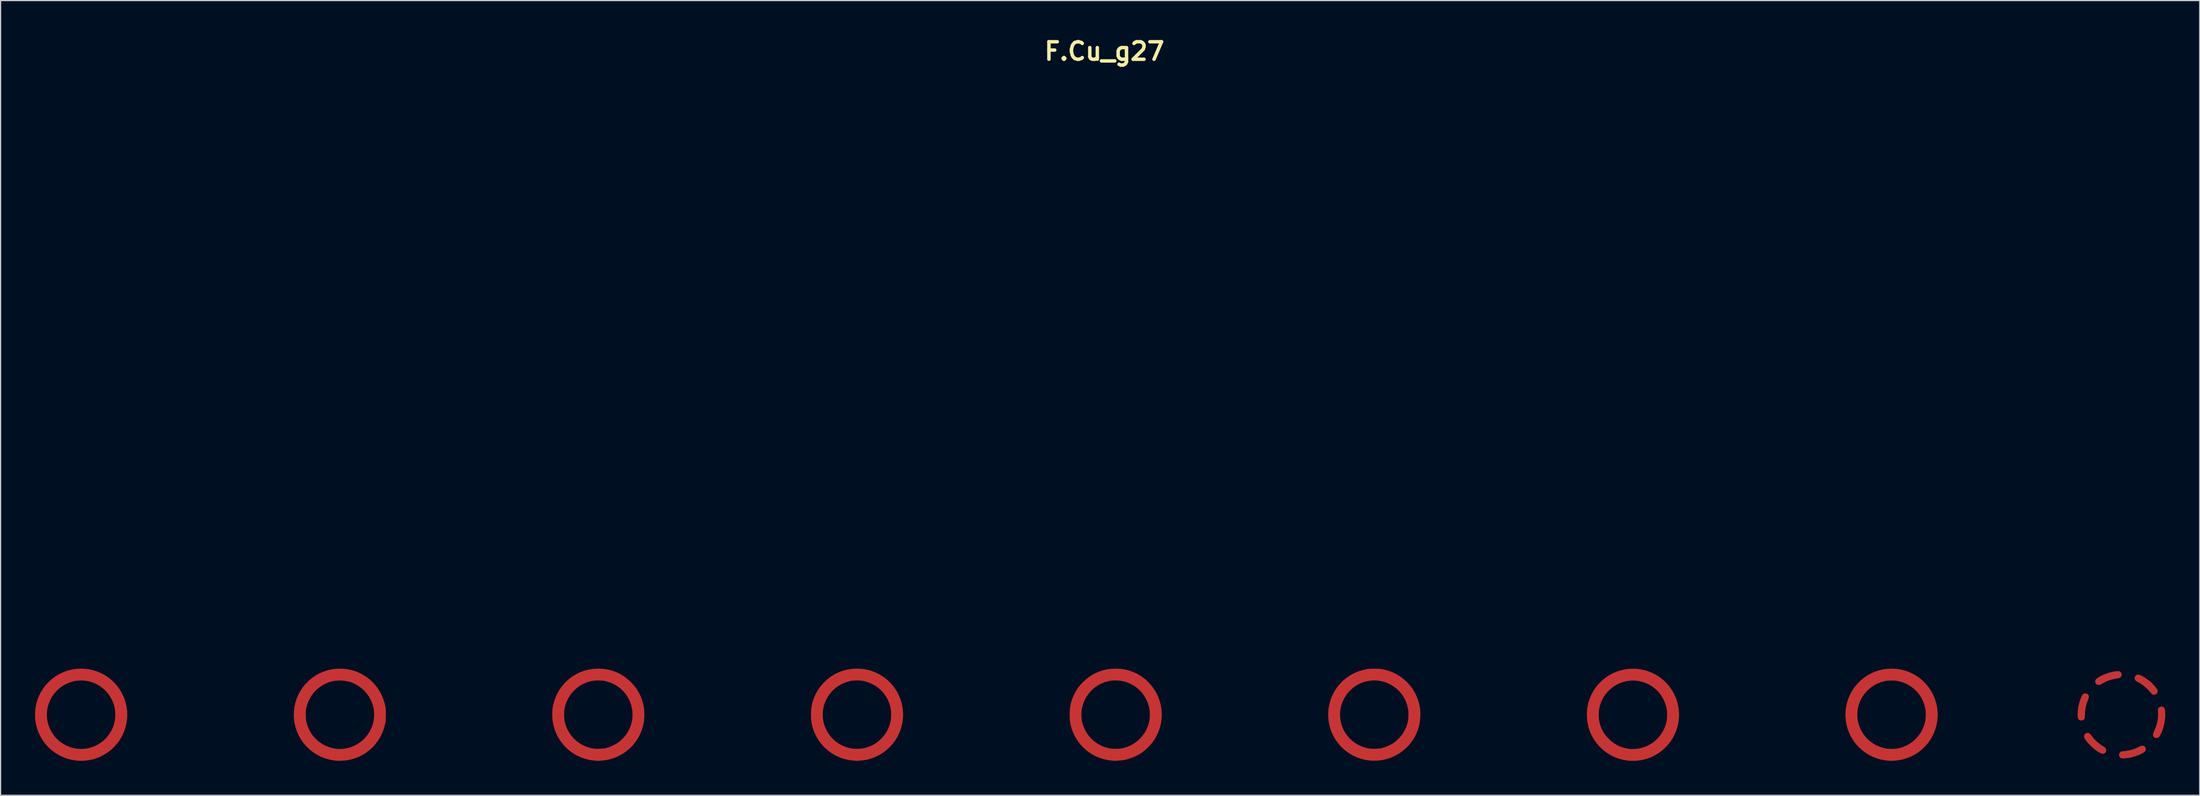
<source format=kicad_pcb>
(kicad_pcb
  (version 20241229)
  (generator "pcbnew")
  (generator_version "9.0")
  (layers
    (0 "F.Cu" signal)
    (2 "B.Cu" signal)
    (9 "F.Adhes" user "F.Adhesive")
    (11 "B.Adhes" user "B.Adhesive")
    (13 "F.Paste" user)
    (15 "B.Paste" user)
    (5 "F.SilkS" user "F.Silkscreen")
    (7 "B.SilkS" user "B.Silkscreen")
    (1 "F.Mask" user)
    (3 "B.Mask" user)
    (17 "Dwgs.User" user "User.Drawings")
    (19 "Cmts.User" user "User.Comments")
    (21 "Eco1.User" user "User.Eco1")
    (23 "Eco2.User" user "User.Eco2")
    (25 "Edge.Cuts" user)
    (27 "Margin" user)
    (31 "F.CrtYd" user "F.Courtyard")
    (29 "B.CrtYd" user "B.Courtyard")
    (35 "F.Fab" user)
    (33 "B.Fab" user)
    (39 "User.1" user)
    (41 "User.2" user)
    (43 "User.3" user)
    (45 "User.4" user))
  (footprint "F.Cu_g27"
    (layer "F.Cu")
    (at 93.027 1.418)
    (property "Reference" "F.Cu_g27" (at 0 0 0) (layer "F.SilkS") (effects (font (size 1.524 1.524) (thickness 0.3))))
    (attr through_hole)
    (fp_poly (pts (xy 85.673 59.364) (xy 85.73 59.407) (xy 85.804 59.488) (xy 85.886 59.597) (xy 86.101 59.866) (xy 86.353 60.116) (xy 86.635 60.343) (xy 86.895 60.514) (xy 87.001 60.583) (xy 87.074 60.643) (xy 87.119 60.703) (xy 87.141 60.769) (xy 87.147 60.844) (xy 87.13 60.959) (xy 87.083 61.049) (xy 87.01 61.111) (xy 86.916 61.143) (xy 86.805 61.143) (xy 86.683 61.109) (xy 86.622 61.08) (xy 86.337 60.905) (xy 86.058 60.693) (xy 85.793 60.45) (xy 85.548 60.182) (xy 85.426 60.029) (xy 85.36 59.938) (xy 85.303 59.851) (xy 85.26 59.778) (xy 85.237 59.728) (xy 85.236 59.725) (xy 85.226 59.615) (xy 85.25 59.516) (xy 85.304 59.433) (xy 85.381 59.372) (xy 85.474 59.337) (xy 85.577 59.335) (xy 85.673 59.364)) (stroke (width 0.01) (type solid)) (fill yes) (layer "F.Cu"))
    (fp_poly (pts (xy 85.447 55.918) (xy 85.541 55.967) (xy 85.606 56.045) (xy 85.609 56.05) (xy 85.636 56.122) (xy 85.642 56.201) (xy 85.627 56.293) (xy 85.588 56.409) (xy 85.557 56.485) (xy 85.458 56.741) (xy 85.385 56.991) (xy 85.335 57.247) (xy 85.306 57.521) (xy 85.297 57.744) (xy 85.293 57.882) (xy 85.285 57.986) (xy 85.272 58.061) (xy 85.25 58.116) (xy 85.218 58.157) (xy 85.173 58.193) (xy 85.147 58.209) (xy 85.058 58.242) (xy 84.957 58.249) (xy 84.861 58.229) (xy 84.825 58.211) (xy 84.761 58.163) (xy 84.717 58.106) (xy 84.69 58.029) (xy 84.675 57.924) (xy 84.671 57.856) (xy 84.673 57.573) (xy 84.702 57.271) (xy 84.755 56.963) (xy 84.831 56.659) (xy 84.927 56.371) (xy 85.004 56.187) (xy 85.066 56.067) (xy 85.127 55.983) (xy 85.191 55.932) (xy 85.266 55.906) (xy 85.33 55.901) (xy 85.447 55.918)) (stroke (width 0.01) (type solid)) (fill yes) (layer "F.Cu"))
    (fp_poly (pts (xy 88.244 53.962) (xy 88.294 53.974) (xy 88.327 53.989) (xy 88.417 54.058) (xy 88.473 54.146) (xy 88.495 54.245) (xy 88.483 54.348) (xy 88.434 54.446) (xy 88.385 54.501) (xy 88.346 54.528) (xy 88.29 54.55) (xy 88.207 54.568) (xy 88.135 54.58) (xy 87.777 54.647) (xy 87.452 54.737) (xy 87.156 54.852) (xy 86.885 54.993) (xy 86.783 55.056) (xy 86.7 55.107) (xy 86.634 55.136) (xy 86.568 55.15) (xy 86.529 55.153) (xy 86.455 55.154) (xy 86.393 55.147) (xy 86.369 55.141) (xy 86.305 55.096) (xy 86.249 55.024) (xy 86.21 54.942) (xy 86.202 54.911) (xy 86.199 54.814) (xy 86.227 54.727) (xy 86.289 54.646) (xy 86.389 54.564) (xy 86.422 54.542) (xy 86.676 54.393) (xy 86.956 54.26) (xy 87.251 54.147) (xy 87.552 54.057) (xy 87.847 53.994) (xy 88.087 53.964) (xy 88.18 53.959) (xy 88.244 53.962)) (stroke (width 0.01) (type solid)) (fill yes) (layer "F.Cu"))
    (fp_poly (pts (xy 89.992 54.275) (xy 90.052 54.287) (xy 90.12 54.313) (xy 90.209 54.355) (xy 90.235 54.369) (xy 90.502 54.522) (xy 90.765 54.701) (xy 90.936 54.835) (xy 91.051 54.937) (xy 91.168 55.05) (xy 91.282 55.168) (xy 91.386 55.285) (xy 91.477 55.396) (xy 91.549 55.494) (xy 91.597 55.574) (xy 91.611 55.611) (xy 91.623 55.72) (xy 91.599 55.824) (xy 91.541 55.913) (xy 91.46 55.976) (xy 91.382 55.999) (xy 91.289 56.005) (xy 91.202 55.991) (xy 91.165 55.976) (xy 91.129 55.948) (xy 91.077 55.894) (xy 91.016 55.824) (xy 90.978 55.777) (xy 90.747 55.516) (xy 90.482 55.278) (xy 90.19 55.066) (xy 89.88 54.888) (xy 89.769 54.823) (xy 89.695 54.755) (xy 89.652 54.68) (xy 89.641 54.644) (xy 89.635 54.529) (xy 89.669 54.423) (xy 89.735 54.34) (xy 89.785 54.299) (xy 89.832 54.279) (xy 89.895 54.272) (xy 89.928 54.271) (xy 89.992 54.275)) (stroke (width 0.01) (type solid)) (fill yes) (layer "F.Cu"))
    (fp_poly (pts (xy 90.418 60.471) (xy 90.448 60.486) (xy 90.523 60.552) (xy 90.572 60.642) (xy 90.592 60.744) (xy 90.581 60.846) (xy 90.552 60.911) (xy 90.498 60.972) (xy 90.407 61.039) (xy 90.286 61.11) (xy 90.14 61.183) (xy 89.974 61.255) (xy 89.795 61.324) (xy 89.607 61.387) (xy 89.416 61.443) (xy 89.227 61.488) (xy 89.215 61.49) (xy 89.109 61.508) (xy 88.988 61.524) (xy 88.861 61.536) (xy 88.735 61.544) (xy 88.621 61.547) (xy 88.527 61.546) (xy 88.462 61.539) (xy 88.443 61.534) (xy 88.382 61.489) (xy 88.324 61.42) (xy 88.284 61.342) (xy 88.274 61.307) (xy 88.273 61.203) (xy 88.304 61.106) (xy 88.363 61.025) (xy 88.442 60.97) (xy 88.504 60.952) (xy 88.553 60.945) (xy 88.632 60.937) (xy 88.729 60.926) (xy 88.81 60.918) (xy 89.147 60.865) (xy 89.484 60.773) (xy 89.814 60.643) (xy 90.02 60.541) (xy 90.145 60.481) (xy 90.248 60.45) (xy 90.337 60.447) (xy 90.418 60.471)) (stroke (width 0.01) (type solid)) (fill yes) (layer "F.Cu"))
    (fp_poly (pts (xy 92.048 57.065) (xy 92.118 57.094) (xy 92.137 57.106) (xy 92.183 57.145) (xy 92.218 57.192) (xy 92.244 57.252) (xy 92.261 57.333) (xy 92.273 57.441) (xy 92.28 57.582) (xy 92.282 57.628) (xy 92.275 58.035) (xy 92.227 58.431) (xy 92.139 58.814) (xy 92.011 59.185) (xy 91.9 59.43) (xy 91.836 59.553) (xy 91.782 59.642) (xy 91.731 59.703) (xy 91.678 59.741) (xy 91.618 59.761) (xy 91.551 59.77) (xy 91.473 59.772) (xy 91.417 59.761) (xy 91.366 59.735) (xy 91.355 59.728) (xy 91.284 59.668) (xy 91.239 59.599) (xy 91.223 59.518) (xy 91.233 59.419) (xy 91.271 59.298) (xy 91.336 59.149) (xy 91.34 59.14) (xy 91.479 58.815) (xy 91.578 58.493) (xy 91.64 58.166) (xy 91.666 57.827) (xy 91.663 57.542) (xy 91.658 57.427) (xy 91.656 57.346) (xy 91.659 57.29) (xy 91.666 57.251) (xy 91.68 57.219) (xy 91.692 57.199) (xy 91.761 57.117) (xy 91.847 57.071) (xy 91.957 57.056) (xy 92.048 57.065)) (stroke (width 0.01) (type solid)) (fill yes) (layer "F.Cu"))
    (fp_poly (pts (xy -88.688 53.756) (xy -88.31 53.806) (xy -87.937 53.891) (xy -87.572 54.012) (xy -87.218 54.169) (xy -86.877 54.362) (xy -86.553 54.591) (xy -86.247 54.856) (xy -86.182 54.919) (xy -85.91 55.22) (xy -85.673 55.542) (xy -85.472 55.881) (xy -85.307 56.235) (xy -85.178 56.601) (xy -85.086 56.977) (xy -85.03 57.359) (xy -85.011 57.744) (xy -85.029 58.13) (xy -85.084 58.514) (xy -85.177 58.894) (xy -85.307 59.265) (xy -85.475 59.627) (xy -85.681 59.975) (xy -85.808 60.156) (xy -85.899 60.27) (xy -86.014 60.401) (xy -86.141 60.537) (xy -86.273 60.669) (xy -86.397 60.786) (xy -86.477 60.854) (xy -86.775 61.074) (xy -87.102 61.271) (xy -87.447 61.439) (xy -87.801 61.573) (xy -87.969 61.623) (xy -88.315 61.699) (xy -88.678 61.745) (xy -89.047 61.76) (xy -89.409 61.742) (xy -89.429 61.74) (xy -89.831 61.678) (xy -90.22 61.577) (xy -90.594 61.44) (xy -90.949 61.266) (xy -91.285 61.06) (xy -91.599 60.822) (xy -91.887 60.555) (xy -92.149 60.26) (xy -92.381 59.939) (xy -92.582 59.595) (xy -92.748 59.228) (xy -92.836 58.981) (xy -92.932 58.633) (xy -92.993 58.288) (xy -93.022 57.933) (xy -93.021 57.77) (xy -92.001 57.77) (xy -91.994 57.985) (xy -91.975 58.184) (xy -91.951 58.329) (xy -91.857 58.676) (xy -91.726 59.004) (xy -91.562 59.31) (xy -91.366 59.593) (xy -91.141 59.85) (xy -90.888 60.079) (xy -90.61 60.278) (xy -90.309 60.444) (xy -89.986 60.576) (xy -89.716 60.654) (xy -89.366 60.717) (xy -89.013 60.738) (xy -88.66 60.717) (xy -88.503 60.694) (xy -88.186 60.619) (xy -87.874 60.506) (xy -87.574 60.36) (xy -87.292 60.183) (xy -87.034 59.979) (xy -86.806 59.753) (xy -86.763 59.703) (xy -86.541 59.408) (xy -86.36 59.102) (xy -86.219 58.783) (xy -86.119 58.453) (xy -86.059 58.109) (xy -86.039 57.753) (xy -86.053 57.446) (xy -86.095 57.157) (xy -86.169 56.871) (xy -86.18 56.835) (xy -86.307 56.509) (xy -86.47 56.203) (xy -86.666 55.92) (xy -86.892 55.662) (xy -87.145 55.431) (xy -87.423 55.231) (xy -87.723 55.063) (xy -88.042 54.929) (xy -88.378 54.832) (xy -88.498 54.808) (xy -88.669 54.785) (xy -88.865 54.773) (xy -89.072 54.771) (xy -89.276 54.779) (xy -89.463 54.797) (xy -89.592 54.818) (xy -89.943 54.914) (xy -90.274 55.045) (xy -90.582 55.211) (xy -90.866 55.409) (xy -91.123 55.637) (xy -91.353 55.894) (xy -91.552 56.177) (xy -91.719 56.485) (xy -91.852 56.816) (xy -91.95 57.168) (xy -91.952 57.178) (xy -91.98 57.353) (xy -91.996 57.555) (xy -92.001 57.77) (xy -93.021 57.77) (xy -93.021 57.605) (xy -92.997 57.264) (xy -92.949 56.947) (xy -92.874 56.64) (xy -92.77 56.331) (xy -92.707 56.176) (xy -92.535 55.819) (xy -92.33 55.485) (xy -92.088 55.17) (xy -91.863 54.925) (xy -91.564 54.652) (xy -91.245 54.415) (xy -90.908 54.213) (xy -90.558 54.047) (xy -90.196 53.917) (xy -89.825 53.823) (xy -89.448 53.765) (xy -89.068 53.743) (xy -88.688 53.756)) (stroke (width 0.01) (type solid)) (fill yes) (layer "F.Cu"))
    (fp_poly (pts (xy 46.208 53.755) (xy 46.611 53.799) (xy 47.01 53.883) (xy 47.254 53.956) (xy 47.633 54.104) (xy 47.993 54.289) (xy 48.331 54.508) (xy 48.644 54.759) (xy 48.931 55.041) (xy 49.189 55.35) (xy 49.415 55.685) (xy 49.585 55.999) (xy 49.744 56.373) (xy 49.862 56.756) (xy 49.942 57.145) (xy 49.982 57.537) (xy 49.984 57.93) (xy 49.948 58.32) (xy 49.874 58.704) (xy 49.764 59.08) (xy 49.617 59.444) (xy 49.434 59.794) (xy 49.216 60.126) (xy 48.962 60.438) (xy 48.839 60.568) (xy 48.535 60.848) (xy 48.207 61.092) (xy 47.858 61.3) (xy 47.49 61.472) (xy 47.106 61.605) (xy 46.707 61.699) (xy 46.414 61.742) (xy 46.27 61.753) (xy 46.101 61.759) (xy 45.921 61.761) (xy 45.746 61.757) (xy 45.59 61.748) (xy 45.515 61.741) (xy 45.116 61.674) (xy 44.73 61.568) (xy 44.359 61.425) (xy 44.007 61.248) (xy 43.675 61.038) (xy 43.366 60.798) (xy 43.081 60.528) (xy 42.824 60.232) (xy 42.597 59.912) (xy 42.401 59.568) (xy 42.239 59.204) (xy 42.114 58.821) (xy 42.102 58.774) (xy 42.019 58.371) (xy 41.977 57.969) (xy 41.976 57.742) (xy 43 57.742) (xy 43.004 57.948) (xy 43.018 58.143) (xy 43.043 58.312) (xy 43.048 58.339) (xy 43.138 58.675) (xy 43.256 58.983) (xy 43.405 59.267) (xy 43.588 59.534) (xy 43.807 59.789) (xy 43.877 59.86) (xy 44.105 60.07) (xy 44.336 60.248) (xy 44.577 60.395) (xy 44.834 60.515) (xy 45.112 60.611) (xy 45.419 60.686) (xy 45.709 60.736) (xy 45.794 60.742) (xy 45.909 60.743) (xy 46.043 60.739) (xy 46.187 60.731) (xy 46.329 60.719) (xy 46.457 60.704) (xy 46.56 60.687) (xy 46.902 60.596) (xy 47.225 60.468) (xy 47.529 60.306) (xy 47.81 60.112) (xy 48.066 59.889) (xy 48.295 59.638) (xy 48.495 59.363) (xy 48.662 59.066) (xy 48.796 58.749) (xy 48.892 58.414) (xy 48.925 58.252) (xy 48.943 58.109) (xy 48.954 57.939) (xy 48.958 57.758) (xy 48.955 57.577) (xy 48.945 57.411) (xy 48.928 57.274) (xy 48.849 56.94) (xy 48.734 56.615) (xy 48.584 56.305) (xy 48.403 56.017) (xy 48.194 55.757) (xy 48.191 55.753) (xy 47.939 55.507) (xy 47.665 55.295) (xy 47.374 55.119) (xy 47.068 54.978) (xy 46.751 54.874) (xy 46.425 54.805) (xy 46.094 54.774) (xy 45.761 54.78) (xy 45.429 54.823) (xy 45.101 54.904) (xy 44.781 55.024) (xy 44.472 55.183) (xy 44.324 55.275) (xy 44.04 55.49) (xy 43.787 55.733) (xy 43.566 56.003) (xy 43.378 56.298) (xy 43.223 56.617) (xy 43.104 56.958) (xy 43.049 57.178) (xy 43.022 57.343) (xy 43.006 57.535) (xy 43 57.742) (xy 41.976 57.742) (xy 41.975 57.571) (xy 42.012 57.179) (xy 42.087 56.796) (xy 42.197 56.423) (xy 42.344 56.064) (xy 42.524 55.721) (xy 42.737 55.396) (xy 42.983 55.092) (xy 43.258 54.812) (xy 43.564 54.558) (xy 43.898 54.332) (xy 44.245 54.143) (xy 44.62 53.985) (xy 45.008 53.867) (xy 45.403 53.79) (xy 45.804 53.752) (xy 46.208 53.755)) (stroke (width 0.01) (type solid)) (fill yes) (layer "F.Cu"))
    (fp_poly (pts (xy 68.944 53.771) (xy 68.961 53.774) (xy 69.364 53.842) (xy 69.754 53.95) (xy 70.127 54.095) (xy 70.482 54.276) (xy 70.817 54.491) (xy 71.128 54.739) (xy 71.414 55.017) (xy 71.672 55.324) (xy 71.9 55.659) (xy 72.073 55.975) (xy 72.236 56.351) (xy 72.358 56.737) (xy 72.44 57.129) (xy 72.482 57.525) (xy 72.485 57.921) (xy 72.449 58.316) (xy 72.374 58.705) (xy 72.26 59.087) (xy 72.108 59.458) (xy 71.918 59.816) (xy 71.69 60.157) (xy 71.652 60.209) (xy 71.562 60.319) (xy 71.448 60.444) (xy 71.322 60.575) (xy 71.194 60.701) (xy 71.073 60.811) (xy 71.035 60.843) (xy 70.72 61.079) (xy 70.38 61.282) (xy 70.02 61.451) (xy 69.645 61.585) (xy 69.259 61.682) (xy 68.865 61.741) (xy 68.469 61.761) (xy 68.083 61.741) (xy 67.678 61.679) (xy 67.289 61.579) (xy 66.915 61.442) (xy 66.561 61.271) (xy 66.227 61.068) (xy 65.916 60.834) (xy 65.629 60.572) (xy 65.37 60.284) (xy 65.139 59.971) (xy 64.939 59.636) (xy 64.771 59.28) (xy 64.639 58.906) (xy 64.543 58.515) (xy 64.506 58.281) (xy 64.472 57.874) (xy 64.476 57.696) (xy 65.501 57.696) (xy 65.503 57.896) (xy 65.513 58.085) (xy 65.533 58.251) (xy 65.541 58.293) (xy 65.628 58.635) (xy 65.753 58.96) (xy 65.912 59.266) (xy 66.104 59.551) (xy 66.325 59.81) (xy 66.574 60.043) (xy 66.847 60.247) (xy 67.144 60.419) (xy 67.461 60.556) (xy 67.785 60.654) (xy 68.129 60.717) (xy 68.471 60.738) (xy 68.817 60.719) (xy 68.991 60.693) (xy 69.102 60.671) (xy 69.23 60.64) (xy 69.351 60.606) (xy 69.383 60.596) (xy 69.712 60.469) (xy 70.02 60.307) (xy 70.304 60.112) (xy 70.562 59.886) (xy 70.793 59.633) (xy 70.994 59.355) (xy 71.163 59.053) (xy 71.297 58.731) (xy 71.396 58.391) (xy 71.428 58.232) (xy 71.445 58.095) (xy 71.455 57.929) (xy 71.458 57.749) (xy 71.454 57.567) (xy 71.443 57.398) (xy 71.425 57.254) (xy 71.346 56.913) (xy 71.229 56.588) (xy 71.078 56.282) (xy 70.893 55.996) (xy 70.678 55.734) (xy 70.435 55.498) (xy 70.166 55.29) (xy 69.873 55.113) (xy 69.56 54.969) (xy 69.228 54.86) (xy 69 54.808) (xy 68.831 54.785) (xy 68.637 54.773) (xy 68.432 54.771) (xy 68.229 54.779) (xy 68.042 54.796) (xy 67.909 54.818) (xy 67.555 54.914) (xy 67.223 55.046) (xy 66.913 55.214) (xy 66.624 55.419) (xy 66.358 55.659) (xy 66.322 55.696) (xy 66.094 55.963) (xy 65.903 56.246) (xy 65.747 56.549) (xy 65.626 56.875) (xy 65.549 57.167) (xy 65.524 57.319) (xy 65.508 57.5) (xy 65.501 57.696) (xy 64.476 57.696) (xy 64.479 57.476) (xy 64.524 57.087) (xy 64.606 56.711) (xy 64.721 56.349) (xy 64.87 56.002) (xy 65.049 55.673) (xy 65.258 55.364) (xy 65.494 55.076) (xy 65.755 54.81) (xy 66.039 54.57) (xy 66.345 54.357) (xy 66.672 54.173) (xy 67.016 54.019) (xy 67.376 53.897) (xy 67.751 53.81) (xy 68.138 53.758) (xy 68.537 53.745) (xy 68.944 53.771)) (stroke (width 0.01) (type solid)) (fill yes) (layer "F.Cu"))
    (fp_poly (pts (xy 23.67 53.75) (xy 23.845 53.759) (xy 24.003 53.771) (xy 24.133 53.787) (xy 24.168 53.793) (xy 24.556 53.882) (xy 24.92 54.002) (xy 25.268 54.155) (xy 25.334 54.189) (xy 25.685 54.395) (xy 26.011 54.634) (xy 26.309 54.903) (xy 26.578 55.2) (xy 26.817 55.522) (xy 27.022 55.867) (xy 27.191 56.232) (xy 27.324 56.614) (xy 27.366 56.772) (xy 27.409 56.958) (xy 27.441 57.123) (xy 27.462 57.282) (xy 27.474 57.448) (xy 27.48 57.634) (xy 27.481 57.764) (xy 27.46 58.181) (xy 27.399 58.585) (xy 27.299 58.974) (xy 27.159 59.349) (xy 26.98 59.707) (xy 26.763 60.048) (xy 26.507 60.371) (xy 26.311 60.581) (xy 26.008 60.856) (xy 25.681 61.096) (xy 25.335 61.3) (xy 24.97 61.468) (xy 24.591 61.598) (xy 24.198 61.689) (xy 23.796 61.741) (xy 23.385 61.752) (xy 23.174 61.742) (xy 22.77 61.692) (xy 22.377 61.601) (xy 21.995 61.471) (xy 21.628 61.303) (xy 21.28 61.099) (xy 20.953 60.859) (xy 20.651 60.587) (xy 20.374 60.282) (xy 20.133 59.954) (xy 19.928 59.607) (xy 19.76 59.243) (xy 19.629 58.864) (xy 19.537 58.473) (xy 19.484 58.073) (xy 19.472 57.666) (xy 19.478 57.587) (xy 20.496 57.587) (xy 20.496 57.883) (xy 20.535 58.238) (xy 20.613 58.578) (xy 20.728 58.902) (xy 20.877 59.207) (xy 21.058 59.492) (xy 21.271 59.753) (xy 21.512 59.989) (xy 21.779 60.197) (xy 22.072 60.375) (xy 22.386 60.521) (xy 22.722 60.633) (xy 23.008 60.697) (xy 23.107 60.709) (xy 23.237 60.716) (xy 23.387 60.719) (xy 23.547 60.718) (xy 23.706 60.713) (xy 23.855 60.704) (xy 23.982 60.692) (xy 24.077 60.676) (xy 24.399 60.585) (xy 24.718 60.458) (xy 25.021 60.301) (xy 25.157 60.216) (xy 25.267 60.135) (xy 25.392 60.027) (xy 25.526 59.903) (xy 25.658 59.769) (xy 25.78 59.635) (xy 25.885 59.51) (xy 25.953 59.415) (xy 26.139 59.096) (xy 26.285 58.765) (xy 26.39 58.426) (xy 26.406 58.356) (xy 26.427 58.226) (xy 26.443 58.065) (xy 26.452 57.887) (xy 26.455 57.703) (xy 26.451 57.526) (xy 26.44 57.368) (xy 26.427 57.274) (xy 26.348 56.925) (xy 26.232 56.594) (xy 26.079 56.281) (xy 25.891 55.991) (xy 25.671 55.724) (xy 25.42 55.484) (xy 25.14 55.272) (xy 24.832 55.092) (xy 24.779 55.065) (xy 24.66 55.01) (xy 24.535 54.957) (xy 24.417 54.911) (xy 24.321 54.879) (xy 24.311 54.876) (xy 23.97 54.8) (xy 23.624 54.764) (xy 23.277 54.768) (xy 22.934 54.811) (xy 22.599 54.893) (xy 22.277 55.013) (xy 22.08 55.109) (xy 21.782 55.292) (xy 21.511 55.506) (xy 21.267 55.747) (xy 21.054 56.012) (xy 20.872 56.298) (xy 20.723 56.601) (xy 20.61 56.92) (xy 20.533 57.249) (xy 20.496 57.587) (xy 19.478 57.587) (xy 19.501 57.255) (xy 19.506 57.22) (xy 19.579 56.82) (xy 19.689 56.435) (xy 19.836 56.068) (xy 20.017 55.72) (xy 20.231 55.394) (xy 20.474 55.09) (xy 20.745 54.812) (xy 21.042 54.562) (xy 21.363 54.34) (xy 21.705 54.15) (xy 22.068 53.993) (xy 22.448 53.872) (xy 22.845 53.787) (xy 23.028 53.762) (xy 23.158 53.752) (xy 23.316 53.747) (xy 23.49 53.746) (xy 23.67 53.75)) (stroke (width 0.01) (type solid)) (fill yes) (layer "F.Cu"))
    (fp_poly (pts (xy -21.116 53.762) (xy -20.723 53.82) (xy -20.345 53.915) (xy -19.983 54.045) (xy -19.639 54.207) (xy -19.315 54.4) (xy -19.012 54.621) (xy -18.732 54.869) (xy -18.477 55.142) (xy -18.248 55.436) (xy -18.047 55.752) (xy -17.876 56.085) (xy -17.736 56.435) (xy -17.629 56.799) (xy -17.556 57.176) (xy -17.52 57.562) (xy -17.522 57.957) (xy -17.564 58.358) (xy -17.599 58.552) (xy -17.699 58.945) (xy -17.837 59.32) (xy -18.011 59.677) (xy -18.218 60.013) (xy -18.456 60.326) (xy -18.723 60.613) (xy -19.018 60.874) (xy -19.337 61.105) (xy -19.679 61.304) (xy -20.041 61.47) (xy -20.422 61.601) (xy -20.743 61.679) (xy -20.824 61.692) (xy -20.928 61.707) (xy -21.048 61.721) (xy -21.174 61.735) (xy -21.298 61.747) (xy -21.41 61.756) (xy -21.502 61.761) (xy -21.564 61.762) (xy -21.579 61.761) (xy -21.608 61.758) (xy -21.669 61.753) (xy -21.753 61.747) (xy -21.823 61.742) (xy -22.224 61.694) (xy -22.615 61.605) (xy -22.992 61.478) (xy -23.354 61.315) (xy -23.696 61.118) (xy -24.018 60.888) (xy -24.315 60.627) (xy -24.587 60.337) (xy -24.829 60.02) (xy -25.039 59.677) (xy -25.125 59.51) (xy -25.273 59.173) (xy -25.385 58.841) (xy -25.463 58.506) (xy -25.51 58.158) (xy -25.527 57.788) (xy -25.527 57.744) (xy -25.522 57.637) (xy -24.505 57.637) (xy -24.499 57.991) (xy -24.453 58.333) (xy -24.367 58.665) (xy -24.239 58.988) (xy -24.112 59.231) (xy -23.917 59.529) (xy -23.692 59.798) (xy -23.438 60.036) (xy -23.159 60.243) (xy -22.857 60.416) (xy -22.532 60.554) (xy -22.189 60.656) (xy -22.045 60.687) (xy -21.903 60.706) (xy -21.732 60.717) (xy -21.546 60.721) (xy -21.355 60.717) (xy -21.172 60.706) (xy -21.009 60.688) (xy -20.892 60.667) (xy -20.549 60.568) (xy -20.234 60.438) (xy -19.94 60.274) (xy -19.665 60.074) (xy -19.42 59.85) (xy -19.187 59.592) (xy -18.991 59.32) (xy -18.831 59.031) (xy -18.704 58.72) (xy -18.607 58.382) (xy -18.591 58.312) (xy -18.572 58.191) (xy -18.559 58.041) (xy -18.552 57.87) (xy -18.551 57.692) (xy -18.555 57.516) (xy -18.566 57.355) (xy -18.582 57.219) (xy -18.591 57.171) (xy -18.687 56.82) (xy -18.818 56.49) (xy -18.984 56.182) (xy -19.182 55.899) (xy -19.41 55.642) (xy -19.667 55.412) (xy -19.95 55.213) (xy -20.258 55.046) (xy -20.589 54.912) (xy -20.941 54.814) (xy -20.976 54.807) (xy -21.103 54.787) (xy -21.259 54.774) (xy -21.434 54.768) (xy -21.614 54.768) (xy -21.788 54.774) (xy -21.945 54.787) (xy -22.072 54.806) (xy -22.077 54.807) (xy -22.433 54.903) (xy -22.768 55.035) (xy -23.08 55.2) (xy -23.367 55.399) (xy -23.628 55.629) (xy -23.86 55.889) (xy -24.062 56.177) (xy -24.233 56.494) (xy -24.233 56.494) (xy -24.341 56.752) (xy -24.42 57.005) (xy -24.472 57.268) (xy -24.501 57.551) (xy -24.505 57.637) (xy -25.522 57.637) (xy -25.51 57.352) (xy -25.46 56.978) (xy -25.373 56.616) (xy -25.249 56.257) (xy -25.211 56.166) (xy -25.067 55.86) (xy -24.901 55.577) (xy -24.707 55.307) (xy -24.48 55.042) (xy -24.405 54.963) (xy -24.1 54.676) (xy -23.777 54.427) (xy -23.434 54.216) (xy -23.074 54.044) (xy -22.697 53.91) (xy -22.305 53.815) (xy -21.897 53.759) (xy -21.522 53.743) (xy -21.116 53.762)) (stroke (width 0.01) (type solid)) (fill yes) (layer "F.Cu"))
    (fp_poly (pts (xy 1.392 53.762) (xy 1.796 53.823) (xy 2.187 53.922) (xy 2.564 54.061) (xy 2.924 54.237) (xy 3.266 54.45) (xy 3.586 54.699) (xy 3.795 54.893) (xy 4.071 55.196) (xy 4.311 55.519) (xy 4.515 55.861) (xy 4.684 56.219) (xy 4.816 56.589) (xy 4.91 56.969) (xy 4.967 57.356) (xy 4.986 57.748) (xy 4.967 58.14) (xy 4.908 58.532) (xy 4.81 58.919) (xy 4.673 59.299) (xy 4.561 59.542) (xy 4.358 59.901) (xy 4.123 60.233) (xy 3.859 60.537) (xy 3.566 60.81) (xy 3.247 61.053) (xy 2.904 61.263) (xy 2.539 61.438) (xy 2.154 61.578) (xy 1.75 61.681) (xy 1.704 61.69) (xy 1.637 61.701) (xy 1.544 61.712) (xy 1.433 61.725) (xy 1.314 61.736) (xy 1.196 61.747) (xy 1.088 61.755) (xy 0.999 61.76) (xy 0.938 61.762) (xy 0.921 61.761) (xy 0.892 61.758) (xy 0.831 61.754) (xy 0.746 61.747) (xy 0.667 61.742) (xy 0.269 61.693) (xy -0.118 61.604) (xy -0.493 61.477) (xy -0.852 61.315) (xy -1.192 61.118) (xy -1.512 60.889) (xy -1.809 60.629) (xy -2.079 60.341) (xy -2.321 60.026) (xy -2.532 59.686) (xy -2.704 59.334) (xy -2.821 59.033) (xy -2.909 58.739) (xy -2.971 58.44) (xy -3.008 58.124) (xy -3.021 57.864) (xy -3.019 57.711) (xy -2.002 57.711) (xy -1.999 57.918) (xy -1.986 58.115) (xy -1.963 58.287) (xy -1.953 58.335) (xy -1.855 58.684) (xy -1.722 59.013) (xy -1.555 59.32) (xy -1.357 59.602) (xy -1.129 59.858) (xy -0.874 60.085) (xy -0.594 60.282) (xy -0.291 60.447) (xy 0.033 60.577) (xy 0.376 60.671) (xy 0.508 60.696) (xy 0.638 60.712) (xy 0.796 60.721) (xy 0.97 60.724) (xy 1.145 60.721) (xy 1.309 60.712) (xy 1.448 60.696) (xy 1.46 60.694) (xy 1.613 60.663) (xy 1.786 60.616) (xy 1.965 60.559) (xy 2.134 60.497) (xy 2.28 60.434) (xy 2.3 60.424) (xy 2.583 60.259) (xy 2.853 60.058) (xy 3.103 59.828) (xy 3.329 59.574) (xy 3.523 59.301) (xy 3.655 59.069) (xy 3.719 58.926) (xy 3.783 58.755) (xy 3.841 58.571) (xy 3.891 58.389) (xy 3.926 58.223) (xy 3.928 58.211) (xy 3.949 58.026) (xy 3.957 57.818) (xy 3.953 57.6) (xy 3.938 57.385) (xy 3.911 57.189) (xy 3.886 57.071) (xy 3.778 56.722) (xy 3.635 56.394) (xy 3.457 56.089) (xy 3.247 55.809) (xy 3.005 55.556) (xy 2.734 55.332) (xy 2.585 55.23) (xy 2.463 55.159) (xy 2.316 55.083) (xy 2.158 55.009) (xy 2.002 54.943) (xy 1.862 54.892) (xy 1.811 54.876) (xy 1.542 54.814) (xy 1.257 54.776) (xy 0.969 54.761) (xy 0.688 54.772) (xy 0.428 54.808) (xy 0.413 54.811) (xy 0.063 54.904) (xy -0.267 55.033) (xy -0.575 55.197) (xy -0.858 55.393) (xy -1.116 55.62) (xy -1.346 55.875) (xy -1.546 56.158) (xy -1.715 56.465) (xy -1.85 56.795) (xy -1.95 57.147) (xy -1.951 57.153) (xy -1.978 57.315) (xy -1.995 57.505) (xy -2.002 57.711) (xy -3.019 57.711) (xy -3.016 57.462) (xy -2.976 57.079) (xy -2.899 56.711) (xy -2.786 56.354) (xy -2.634 56.001) (xy -2.612 55.957) (xy -2.481 55.713) (xy -2.347 55.496) (xy -2.199 55.294) (xy -2.029 55.094) (xy -1.906 54.962) (xy -1.602 54.677) (xy -1.277 54.428) (xy -0.934 54.218) (xy -0.573 54.045) (xy -0.195 53.91) (xy 0.198 53.815) (xy 0.607 53.759) (xy 0.978 53.743) (xy 1.392 53.762)) (stroke (width 0.01) (type solid)) (fill yes) (layer "F.Cu"))
    (fp_poly (pts (xy -65.947 53.784) (xy -65.555 53.856) (xy -65.179 53.966) (xy -64.909 54.072) (xy -64.539 54.257) (xy -64.194 54.474) (xy -63.876 54.723) (xy -63.587 55.002) (xy -63.327 55.307) (xy -63.099 55.639) (xy -62.904 55.994) (xy -62.744 56.372) (xy -62.619 56.77) (xy -62.574 56.959) (xy -62.556 57.046) (xy -62.542 57.122) (xy -62.532 57.195) (xy -62.525 57.272) (xy -62.52 57.362) (xy -62.518 57.472) (xy -62.517 57.611) (xy -62.516 57.743) (xy -62.517 57.912) (xy -62.518 58.048) (xy -62.521 58.156) (xy -62.526 58.246) (xy -62.534 58.325) (xy -62.545 58.4) (xy -62.56 58.48) (xy -62.565 58.504) (xy -62.667 58.907) (xy -62.806 59.292) (xy -62.979 59.656) (xy -63.186 59.998) (xy -63.423 60.315) (xy -63.689 60.606) (xy -63.982 60.868) (xy -64.3 61.101) (xy -64.642 61.302) (xy -65.005 61.469) (xy -65.388 61.601) (xy -65.788 61.696) (xy -65.828 61.703) (xy -65.979 61.724) (xy -66.156 61.74) (xy -66.346 61.751) (xy -66.538 61.756) (xy -66.718 61.754) (xy -66.875 61.747) (xy -66.927 61.742) (xy -67.334 61.675) (xy -67.726 61.571) (xy -68.1 61.43) (xy -68.455 61.255) (xy -68.789 61.048) (xy -69.099 60.811) (xy -69.384 60.545) (xy -69.642 60.252) (xy -69.871 59.935) (xy -70.068 59.595) (xy -70.232 59.234) (xy -70.361 58.854) (xy -70.453 58.457) (xy -70.474 58.329) (xy -70.493 58.155) (xy -70.504 57.954) (xy -70.506 57.808) (xy -69.481 57.808) (xy -69.476 57.987) (xy -69.464 58.151) (xy -69.446 58.289) (xy -69.44 58.325) (xy -69.345 58.675) (xy -69.209 59.012) (xy -69.035 59.335) (xy -68.967 59.441) (xy -68.881 59.558) (xy -68.769 59.689) (xy -68.641 59.826) (xy -68.506 59.958) (xy -68.375 60.075) (xy -68.287 60.145) (xy -68.014 60.325) (xy -67.715 60.476) (xy -67.395 60.597) (xy -67.061 60.684) (xy -66.728 60.736) (xy -66.634 60.74) (xy -66.511 60.739) (xy -66.372 60.732) (xy -66.227 60.722) (xy -66.091 60.707) (xy -65.995 60.693) (xy -65.748 60.638) (xy -65.491 60.555) (xy -65.238 60.451) (xy -65.129 60.397) (xy -64.829 60.217) (xy -64.554 60.006) (xy -64.307 59.764) (xy -64.09 59.497) (xy -63.904 59.205) (xy -63.751 58.893) (xy -63.635 58.562) (xy -63.556 58.217) (xy -63.55 58.177) (xy -63.535 58.035) (xy -63.527 57.866) (xy -63.527 57.685) (xy -63.535 57.503) (xy -63.549 57.335) (xy -63.57 57.193) (xy -63.575 57.171) (xy -63.671 56.818) (xy -63.804 56.485) (xy -63.973 56.175) (xy -64.176 55.889) (xy -64.413 55.628) (xy -64.682 55.393) (xy -64.883 55.249) (xy -65.181 55.076) (xy -65.486 54.942) (xy -65.803 54.848) (xy -66.136 54.791) (xy -66.487 54.771) (xy -66.506 54.771) (xy -66.794 54.782) (xy -67.057 54.814) (xy -67.309 54.872) (xy -67.563 54.958) (xy -67.694 55.012) (xy -68.006 55.17) (xy -68.295 55.362) (xy -68.558 55.586) (xy -68.794 55.838) (xy -69 56.117) (xy -69.174 56.42) (xy -69.315 56.744) (xy -69.42 57.087) (xy -69.44 57.172) (xy -69.46 57.297) (xy -69.473 57.452) (xy -69.48 57.626) (xy -69.481 57.808) (xy -70.506 57.808) (xy -70.507 57.74) (xy -70.502 57.525) (xy -70.49 57.324) (xy -70.472 57.168) (xy -70.394 56.77) (xy -70.278 56.388) (xy -70.126 56.025) (xy -69.942 55.681) (xy -69.726 55.36) (xy -69.482 55.062) (xy -69.211 54.79) (xy -68.915 54.545) (xy -68.597 54.33) (xy -68.259 54.145) (xy -67.903 53.993) (xy -67.531 53.876) (xy -67.146 53.795) (xy -66.748 53.752) (xy -66.358 53.749) (xy -65.947 53.784)) (stroke (width 0.01) (type solid)) (fill yes) (layer "F.Cu"))
    (fp_poly (pts (xy -43.611 53.763) (xy -43.205 53.823) (xy -42.814 53.923) (xy -42.438 54.061) (xy -42.08 54.238) (xy -41.739 54.453) (xy -41.417 54.706) (xy -41.257 54.853) (xy -40.968 55.16) (xy -40.717 55.484) (xy -40.504 55.827) (xy -40.33 56.188) (xy -40.193 56.567) (xy -40.094 56.966) (xy -40.059 57.174) (xy -40.042 57.329) (xy -40.032 57.512) (xy -40.028 57.712) (xy -40.03 57.913) (xy -40.038 58.103) (xy -40.053 58.269) (xy -40.058 58.311) (xy -40.136 58.716) (xy -40.253 59.105) (xy -40.41 59.478) (xy -40.606 59.836) (xy -40.841 60.18) (xy -40.978 60.352) (xy -41.236 60.628) (xy -41.526 60.88) (xy -41.844 61.106) (xy -42.183 61.303) (xy -42.54 61.467) (xy -42.91 61.596) (xy -43.243 61.679) (xy -43.324 61.692) (xy -43.428 61.707) (xy -43.548 61.721) (xy -43.674 61.735) (xy -43.798 61.747) (xy -43.91 61.756) (xy -44.002 61.761) (xy -44.065 61.762) (xy -44.08 61.761) (xy -44.108 61.758) (xy -44.17 61.753) (xy -44.253 61.747) (xy -44.323 61.742) (xy -44.727 61.693) (xy -45.12 61.605) (xy -45.498 61.478) (xy -45.86 61.314) (xy -46.203 61.116) (xy -46.525 60.885) (xy -46.823 60.621) (xy -47.094 60.328) (xy -47.338 60.006) (xy -47.55 59.658) (xy -47.605 59.552) (xy -47.769 59.182) (xy -47.893 58.8) (xy -47.979 58.409) (xy -48.025 58.012) (xy -48.029 57.743) (xy -47.001 57.743) (xy -46.998 57.934) (xy -46.99 58.094) (xy -46.975 58.235) (xy -46.951 58.369) (xy -46.916 58.506) (xy -46.869 58.659) (xy -46.862 58.681) (xy -46.732 59.003) (xy -46.566 59.309) (xy -46.366 59.593) (xy -46.136 59.852) (xy -45.878 60.084) (xy -45.595 60.284) (xy -45.31 60.44) (xy -45.122 60.521) (xy -44.921 60.593) (xy -44.724 60.649) (xy -44.556 60.684) (xy -44.475 60.698) (xy -44.408 60.709) (xy -44.368 60.717) (xy -44.365 60.717) (xy -44.319 60.722) (xy -44.238 60.724) (xy -44.133 60.723) (xy -44.01 60.719) (xy -43.88 60.714) (xy -43.751 60.707) (xy -43.63 60.698) (xy -43.527 60.689) (xy -43.45 60.68) (xy -43.423 60.675) (xy -43.077 60.576) (xy -42.75 60.442) (xy -42.445 60.273) (xy -42.163 60.073) (xy -41.907 59.843) (xy -41.68 59.586) (xy -41.483 59.304) (xy -41.319 58.998) (xy -41.189 58.672) (xy -41.114 58.404) (xy -41.071 58.162) (xy -41.048 57.898) (xy -41.046 57.629) (xy -41.065 57.372) (xy -41.081 57.266) (xy -41.161 56.917) (xy -41.279 56.587) (xy -41.431 56.276) (xy -41.617 55.988) (xy -41.834 55.724) (xy -42.079 55.487) (xy -42.352 55.278) (xy -42.649 55.1) (xy -42.968 54.955) (xy -43.309 54.846) (xy -43.466 54.809) (xy -43.562 54.792) (xy -43.665 54.78) (xy -43.785 54.773) (xy -43.932 54.77) (xy -44.027 54.769) (xy -44.227 54.772) (xy -44.399 54.783) (xy -44.553 54.803) (xy -44.703 54.834) (xy -44.861 54.879) (xy -44.988 54.921) (xy -45.314 55.054) (xy -45.613 55.219) (xy -45.891 55.419) (xy -46.133 55.637) (xy -46.371 55.904) (xy -46.574 56.193) (xy -46.741 56.504) (xy -46.871 56.837) (xy -46.951 57.131) (xy -46.97 57.22) (xy -46.983 57.303) (xy -46.992 57.389) (xy -46.997 57.489) (xy -47 57.613) (xy -47.001 57.743) (xy -48.029 57.743) (xy -48.032 57.612) (xy -47.999 57.214) (xy -47.928 56.821) (xy -47.816 56.435) (xy -47.666 56.061) (xy -47.625 55.975) (xy -47.425 55.616) (xy -47.193 55.283) (xy -46.933 54.979) (xy -46.645 54.705) (xy -46.333 54.462) (xy -45.999 54.252) (xy -45.646 54.076) (xy -45.275 53.936) (xy -44.888 53.832) (xy -44.489 53.768) (xy -44.079 53.743) (xy -44.031 53.743) (xy -43.611 53.763)) (stroke (width 0.01) (type solid)) (fill yes) (layer "F.Cu")))
  (gr_rect
    (start -3 -3)
    (end 188.314 66.185)
    (stroke (width 0.1) (type default))
    (fill no)
    (layer "Edge.Cuts")))
</source>
